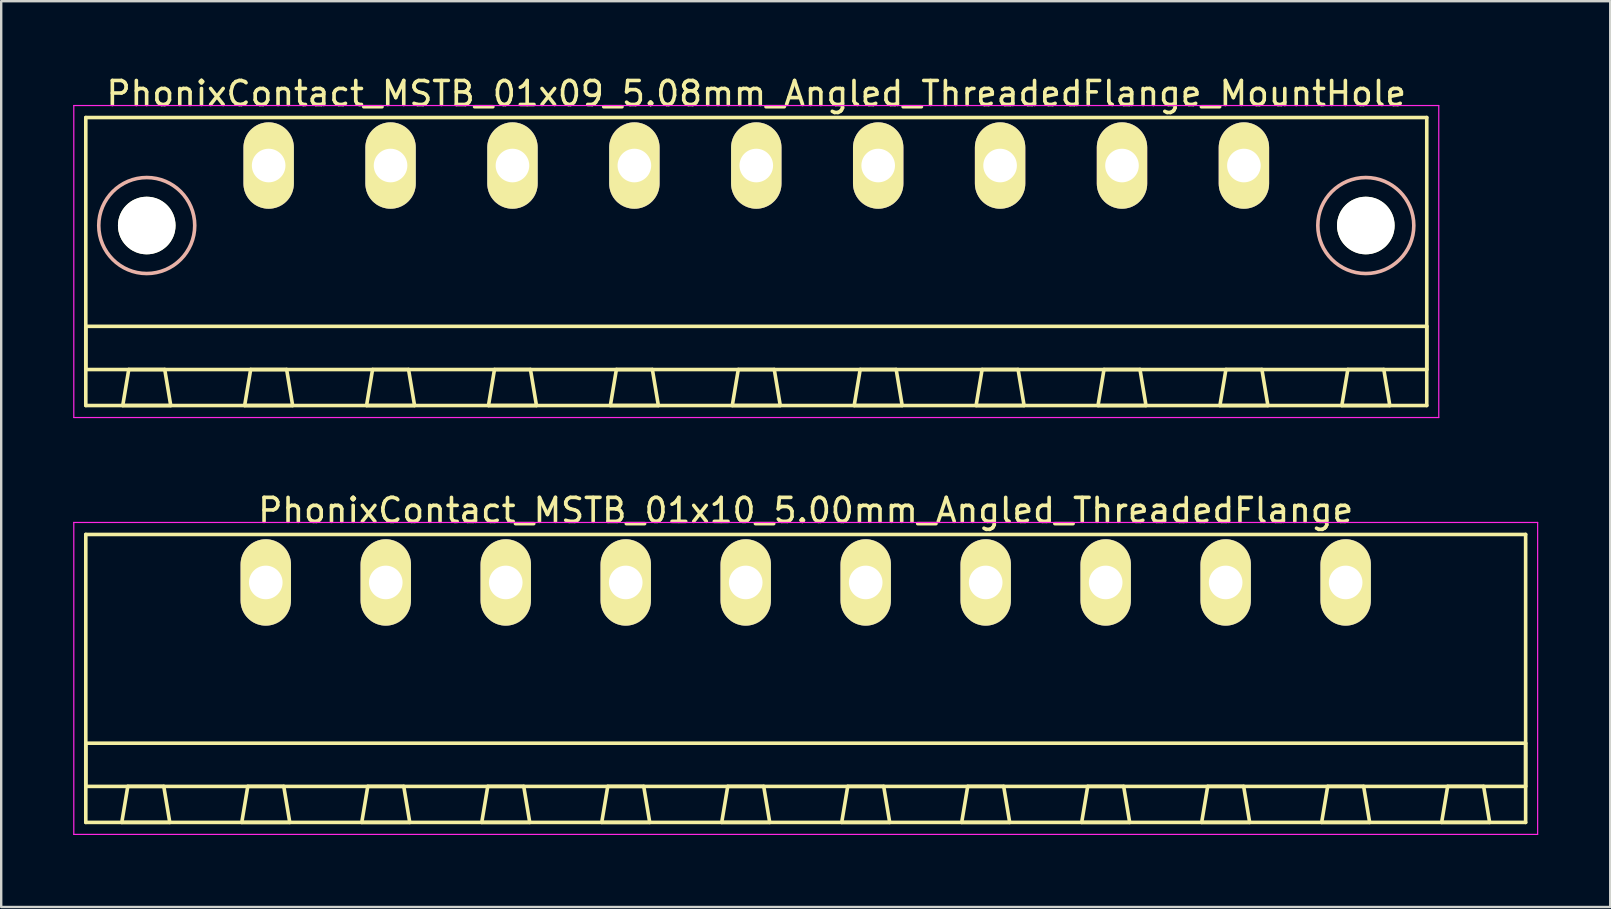
<source format=kicad_pcb>
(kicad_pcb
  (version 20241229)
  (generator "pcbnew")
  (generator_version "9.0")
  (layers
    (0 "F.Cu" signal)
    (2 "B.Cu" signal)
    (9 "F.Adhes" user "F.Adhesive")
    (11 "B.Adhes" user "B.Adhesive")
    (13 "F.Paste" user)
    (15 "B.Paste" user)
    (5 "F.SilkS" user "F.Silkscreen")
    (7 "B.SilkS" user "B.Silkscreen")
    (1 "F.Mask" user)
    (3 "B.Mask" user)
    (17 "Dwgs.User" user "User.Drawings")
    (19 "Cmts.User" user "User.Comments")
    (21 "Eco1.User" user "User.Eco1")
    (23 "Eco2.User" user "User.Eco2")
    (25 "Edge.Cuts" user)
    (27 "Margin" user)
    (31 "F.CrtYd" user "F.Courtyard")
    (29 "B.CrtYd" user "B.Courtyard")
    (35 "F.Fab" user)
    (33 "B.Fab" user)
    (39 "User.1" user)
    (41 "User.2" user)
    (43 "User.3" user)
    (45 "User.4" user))
  (footprint "PhonixContact_MSTB_01x09_5.08mm_Angled_ThreadedFlange_MountHole"
    (layer "F.Cu")
    (at 8.145 3.848)
    (property "Reference" "PhonixContact_MSTB_01x09_5.08mm_Angled_ThreadedFlange_MountHole" (at 20.32 -3 0) (layer "F.SilkS") (effects (font (size 1 1) (thickness 0.15))))
    (attr through_hole)
    (fp_line (start -7.62 -2) (end -7.62 10) (stroke (width 0.15) (type solid)) (layer "F.SilkS"))
    (fp_line (start -7.62 6.7) (end 48.26 6.7) (stroke (width 0.15) (type solid)) (layer "F.SilkS"))
    (fp_line (start -7.62 8.5) (end -7.62 6.7) (stroke (width 0.15) (type solid)) (layer "F.SilkS"))
    (fp_line (start -7.62 10) (end 48.26 10) (stroke (width 0.15) (type solid)) (layer "F.SilkS"))
    (fp_line (start -6.08 10) (end -4.08 10) (stroke (width 0.15) (type solid)) (layer "F.SilkS"))
    (fp_line (start -5.83 8.5) (end -6.08 10) (stroke (width 0.15) (type solid)) (layer "F.SilkS"))
    (fp_line (start -4.33 8.5) (end -5.83 8.5) (stroke (width 0.15) (type solid)) (layer "F.SilkS"))
    (fp_line (start -4.08 10) (end -4.33 8.5) (stroke (width 0.15) (type solid)) (layer "F.SilkS"))
    (fp_line (start -1 10) (end 1 10) (stroke (width 0.15) (type solid)) (layer "F.SilkS"))
    (fp_line (start -0.75 8.5) (end -1 10) (stroke (width 0.15) (type solid)) (layer "F.SilkS"))
    (fp_line (start 0.75 8.5) (end -0.75 8.5) (stroke (width 0.15) (type solid)) (layer "F.SilkS"))
    (fp_line (start 1 10) (end 0.75 8.5) (stroke (width 0.15) (type solid)) (layer "F.SilkS"))
    (fp_line (start 4.08 10) (end 6.08 10) (stroke (width 0.15) (type solid)) (layer "F.SilkS"))
    (fp_line (start 4.33 8.5) (end 4.08 10) (stroke (width 0.15) (type solid)) (layer "F.SilkS"))
    (fp_line (start 5.83 8.5) (end 4.33 8.5) (stroke (width 0.15) (type solid)) (layer "F.SilkS"))
    (fp_line (start 6.08 10) (end 5.83 8.5) (stroke (width 0.15) (type solid)) (layer "F.SilkS"))
    (fp_line (start 9.16 10) (end 11.16 10) (stroke (width 0.15) (type solid)) (layer "F.SilkS"))
    (fp_line (start 9.41 8.5) (end 9.16 10) (stroke (width 0.15) (type solid)) (layer "F.SilkS"))
    (fp_line (start 10.91 8.5) (end 9.41 8.5) (stroke (width 0.15) (type solid)) (layer "F.SilkS"))
    (fp_line (start 11.16 10) (end 10.91 8.5) (stroke (width 0.15) (type solid)) (layer "F.SilkS"))
    (fp_line (start 14.24 10) (end 16.24 10) (stroke (width 0.15) (type solid)) (layer "F.SilkS"))
    (fp_line (start 14.49 8.5) (end 14.24 10) (stroke (width 0.15) (type solid)) (layer "F.SilkS"))
    (fp_line (start 15.99 8.5) (end 14.49 8.5) (stroke (width 0.15) (type solid)) (layer "F.SilkS"))
    (fp_line (start 16.24 10) (end 15.99 8.5) (stroke (width 0.15) (type solid)) (layer "F.SilkS"))
    (fp_line (start 19.32 10) (end 21.32 10) (stroke (width 0.15) (type solid)) (layer "F.SilkS"))
    (fp_line (start 19.57 8.5) (end 19.32 10) (stroke (width 0.15) (type solid)) (layer "F.SilkS"))
    (fp_line (start 21.07 8.5) (end 19.57 8.5) (stroke (width 0.15) (type solid)) (layer "F.SilkS"))
    (fp_line (start 21.32 10) (end 21.07 8.5) (stroke (width 0.15) (type solid)) (layer "F.SilkS"))
    (fp_line (start 24.4 10) (end 26.4 10) (stroke (width 0.15) (type solid)) (layer "F.SilkS"))
    (fp_line (start 24.65 8.5) (end 24.4 10) (stroke (width 0.15) (type solid)) (layer "F.SilkS"))
    (fp_line (start 26.15 8.5) (end 24.65 8.5) (stroke (width 0.15) (type solid)) (layer "F.SilkS"))
    (fp_line (start 26.4 10) (end 26.15 8.5) (stroke (width 0.15) (type solid)) (layer "F.SilkS"))
    (fp_line (start 29.48 10) (end 31.48 10) (stroke (width 0.15) (type solid)) (layer "F.SilkS"))
    (fp_line (start 29.73 8.5) (end 29.48 10) (stroke (width 0.15) (type solid)) (layer "F.SilkS"))
    (fp_line (start 31.23 8.5) (end 29.73 8.5) (stroke (width 0.15) (type solid)) (layer "F.SilkS"))
    (fp_line (start 31.48 10) (end 31.23 8.5) (stroke (width 0.15) (type solid)) (layer "F.SilkS"))
    (fp_line (start 34.56 10) (end 36.56 10) (stroke (width 0.15) (type solid)) (layer "F.SilkS"))
    (fp_line (start 34.81 8.5) (end 34.56 10) (stroke (width 0.15) (type solid)) (layer "F.SilkS"))
    (fp_line (start 36.31 8.5) (end 34.81 8.5) (stroke (width 0.15) (type solid)) (layer "F.SilkS"))
    (fp_line (start 36.56 10) (end 36.31 8.5) (stroke (width 0.15) (type solid)) (layer "F.SilkS"))
    (fp_line (start 39.64 10) (end 41.64 10) (stroke (width 0.15) (type solid)) (layer "F.SilkS"))
    (fp_line (start 39.89 8.5) (end 39.64 10) (stroke (width 0.15) (type solid)) (layer "F.SilkS"))
    (fp_line (start 41.39 8.5) (end 39.89 8.5) (stroke (width 0.15) (type solid)) (layer "F.SilkS"))
    (fp_line (start 41.64 10) (end 41.39 8.5) (stroke (width 0.15) (type solid)) (layer "F.SilkS"))
    (fp_line (start 44.72 10) (end 46.72 10) (stroke (width 0.15) (type solid)) (layer "F.SilkS"))
    (fp_line (start 44.97 8.5) (end 44.72 10) (stroke (width 0.15) (type solid)) (layer "F.SilkS"))
    (fp_line (start 46.47 8.5) (end 44.97 8.5) (stroke (width 0.15) (type solid)) (layer "F.SilkS"))
    (fp_line (start 46.72 10) (end 46.47 8.5) (stroke (width 0.15) (type solid)) (layer "F.SilkS"))
    (fp_line (start 48.26 -2) (end -7.62 -2) (stroke (width 0.15) (type solid)) (layer "F.SilkS"))
    (fp_line (start 48.26 6.7) (end 48.26 8.5) (stroke (width 0.15) (type solid)) (layer "F.SilkS"))
    (fp_line (start 48.26 8.5) (end -7.62 8.5) (stroke (width 0.15) (type solid)) (layer "F.SilkS"))
    (fp_line (start 48.26 10) (end 48.26 -2) (stroke (width 0.15) (type solid)) (layer "F.SilkS"))
    (fp_circle (center -5.08 2.5) (end -3.08 2.5) (stroke (width 0.15) (type solid)) (fill no) (layer "B.SilkS"))
    (fp_circle (center 45.72 2.5) (end 47.72 2.5) (stroke (width 0.15) (type solid)) (fill no) (layer "B.SilkS"))
    (fp_line (start -8.12 -2.5) (end -8.12 10.5) (stroke (width 0.05) (type solid)) (layer "F.CrtYd"))
    (fp_line (start -8.12 10.5) (end 48.76 10.5) (stroke (width 0.05) (type solid)) (layer "F.CrtYd"))
    (fp_line (start 48.76 -2.5) (end -8.12 -2.5) (stroke (width 0.05) (type solid)) (layer "F.CrtYd"))
    (fp_line (start 48.76 10.5) (end 48.76 -2.5) (stroke (width 0.05) (type solid)) (layer "F.CrtYd"))
    (pad "" np_thru_hole circle (at -5.08 2.5) (size 2.4 2.4) (drill 2.4) (layers "*.Cu" "*.Mask" "F.SilkS"))
    (pad "" np_thru_hole circle (at 45.72 2.5) (size 2.4 2.4) (drill 2.4) (layers "*.Cu" "*.Mask" "F.SilkS"))
    (pad "1" thru_hole oval (at 0 0) (size 2.1 3.6) (drill 1.4) (layers "*.Cu" "*.Mask" "F.SilkS"))
    (pad "2" thru_hole oval (at 5.08 0) (size 2.1 3.6) (drill 1.4) (layers "*.Cu" "*.Mask" "F.SilkS"))
    (pad "3" thru_hole oval (at 10.16 0) (size 2.1 3.6) (drill 1.4) (layers "*.Cu" "*.Mask" "F.SilkS"))
    (pad "4" thru_hole oval (at 15.24 0) (size 2.1 3.6) (drill 1.4) (layers "*.Cu" "*.Mask" "F.SilkS"))
    (pad "5" thru_hole oval (at 20.32 0) (size 2.1 3.6) (drill 1.4) (layers "*.Cu" "*.Mask" "F.SilkS"))
    (pad "6" thru_hole oval (at 25.4 0) (size 2.1 3.6) (drill 1.4) (layers "*.Cu" "*.Mask" "F.SilkS"))
    (pad "7" thru_hole oval (at 30.48 0) (size 2.1 3.6) (drill 1.4) (layers "*.Cu" "*.Mask" "F.SilkS"))
    (pad "8" thru_hole oval (at 35.56 0) (size 2.1 3.6) (drill 1.4) (layers "*.Cu" "*.Mask" "F.SilkS"))
    (pad "9" thru_hole oval (at 40.64 0) (size 2.1 3.6) (drill 1.4) (layers "*.Cu" "*.Mask" "F.SilkS")))
  (footprint "PhonixContact_MSTB_01x10_5.00mm_Angled_ThreadedFlange"
    (layer "F.Cu")
    (at 8.025 21.221)
    (property "Reference" "PhonixContact_MSTB_01x10_5.00mm_Angled_ThreadedFlange" (at 22.5 -3 0) (layer "F.SilkS") (effects (font (size 1 1) (thickness 0.15))))
    (attr through_hole)
    (fp_line (start -7.5 -2) (end -7.5 10) (stroke (width 0.15) (type solid)) (layer "F.SilkS"))
    (fp_line (start -7.5 6.7) (end 52.5 6.7) (stroke (width 0.15) (type solid)) (layer "F.SilkS"))
    (fp_line (start -7.5 8.5) (end -7.5 6.7) (stroke (width 0.15) (type solid)) (layer "F.SilkS"))
    (fp_line (start -7.5 10) (end 52.5 10) (stroke (width 0.15) (type solid)) (layer "F.SilkS"))
    (fp_line (start -6 10) (end -4 10) (stroke (width 0.15) (type solid)) (layer "F.SilkS"))
    (fp_line (start -5.75 8.5) (end -6 10) (stroke (width 0.15) (type solid)) (layer "F.SilkS"))
    (fp_line (start -4.25 8.5) (end -5.75 8.5) (stroke (width 0.15) (type solid)) (layer "F.SilkS"))
    (fp_line (start -4 10) (end -4.25 8.5) (stroke (width 0.15) (type solid)) (layer "F.SilkS"))
    (fp_line (start -1 10) (end 1 10) (stroke (width 0.15) (type solid)) (layer "F.SilkS"))
    (fp_line (start -0.75 8.5) (end -1 10) (stroke (width 0.15) (type solid)) (layer "F.SilkS"))
    (fp_line (start 0.75 8.5) (end -0.75 8.5) (stroke (width 0.15) (type solid)) (layer "F.SilkS"))
    (fp_line (start 1 10) (end 0.75 8.5) (stroke (width 0.15) (type solid)) (layer "F.SilkS"))
    (fp_line (start 4 10) (end 6 10) (stroke (width 0.15) (type solid)) (layer "F.SilkS"))
    (fp_line (start 4.25 8.5) (end 4 10) (stroke (width 0.15) (type solid)) (layer "F.SilkS"))
    (fp_line (start 5.75 8.5) (end 4.25 8.5) (stroke (width 0.15) (type solid)) (layer "F.SilkS"))
    (fp_line (start 6 10) (end 5.75 8.5) (stroke (width 0.15) (type solid)) (layer "F.SilkS"))
    (fp_line (start 9 10) (end 11 10) (stroke (width 0.15) (type solid)) (layer "F.SilkS"))
    (fp_line (start 9.25 8.5) (end 9 10) (stroke (width 0.15) (type solid)) (layer "F.SilkS"))
    (fp_line (start 10.75 8.5) (end 9.25 8.5) (stroke (width 0.15) (type solid)) (layer "F.SilkS"))
    (fp_line (start 11 10) (end 10.75 8.5) (stroke (width 0.15) (type solid)) (layer "F.SilkS"))
    (fp_line (start 14 10) (end 16 10) (stroke (width 0.15) (type solid)) (layer "F.SilkS"))
    (fp_line (start 14.25 8.5) (end 14 10) (stroke (width 0.15) (type solid)) (layer "F.SilkS"))
    (fp_line (start 15.75 8.5) (end 14.25 8.5) (stroke (width 0.15) (type solid)) (layer "F.SilkS"))
    (fp_line (start 16 10) (end 15.75 8.5) (stroke (width 0.15) (type solid)) (layer "F.SilkS"))
    (fp_line (start 19 10) (end 21 10) (stroke (width 0.15) (type solid)) (layer "F.SilkS"))
    (fp_line (start 19.25 8.5) (end 19 10) (stroke (width 0.15) (type solid)) (layer "F.SilkS"))
    (fp_line (start 20.75 8.5) (end 19.25 8.5) (stroke (width 0.15) (type solid)) (layer "F.SilkS"))
    (fp_line (start 21 10) (end 20.75 8.5) (stroke (width 0.15) (type solid)) (layer "F.SilkS"))
    (fp_line (start 24 10) (end 26 10) (stroke (width 0.15) (type solid)) (layer "F.SilkS"))
    (fp_line (start 24.25 8.5) (end 24 10) (stroke (width 0.15) (type solid)) (layer "F.SilkS"))
    (fp_line (start 25.75 8.5) (end 24.25 8.5) (stroke (width 0.15) (type solid)) (layer "F.SilkS"))
    (fp_line (start 26 10) (end 25.75 8.5) (stroke (width 0.15) (type solid)) (layer "F.SilkS"))
    (fp_line (start 29 10) (end 31 10) (stroke (width 0.15) (type solid)) (layer "F.SilkS"))
    (fp_line (start 29.25 8.5) (end 29 10) (stroke (width 0.15) (type solid)) (layer "F.SilkS"))
    (fp_line (start 30.75 8.5) (end 29.25 8.5) (stroke (width 0.15) (type solid)) (layer "F.SilkS"))
    (fp_line (start 31 10) (end 30.75 8.5) (stroke (width 0.15) (type solid)) (layer "F.SilkS"))
    (fp_line (start 34 10) (end 36 10) (stroke (width 0.15) (type solid)) (layer "F.SilkS"))
    (fp_line (start 34.25 8.5) (end 34 10) (stroke (width 0.15) (type solid)) (layer "F.SilkS"))
    (fp_line (start 35.75 8.5) (end 34.25 8.5) (stroke (width 0.15) (type solid)) (layer "F.SilkS"))
    (fp_line (start 36 10) (end 35.75 8.5) (stroke (width 0.15) (type solid)) (layer "F.SilkS"))
    (fp_line (start 39 10) (end 41 10) (stroke (width 0.15) (type solid)) (layer "F.SilkS"))
    (fp_line (start 39.25 8.5) (end 39 10) (stroke (width 0.15) (type solid)) (layer "F.SilkS"))
    (fp_line (start 40.75 8.5) (end 39.25 8.5) (stroke (width 0.15) (type solid)) (layer "F.SilkS"))
    (fp_line (start 41 10) (end 40.75 8.5) (stroke (width 0.15) (type solid)) (layer "F.SilkS"))
    (fp_line (start 44 10) (end 46 10) (stroke (width 0.15) (type solid)) (layer "F.SilkS"))
    (fp_line (start 44.25 8.5) (end 44 10) (stroke (width 0.15) (type solid)) (layer "F.SilkS"))
    (fp_line (start 45.75 8.5) (end 44.25 8.5) (stroke (width 0.15) (type solid)) (layer "F.SilkS"))
    (fp_line (start 46 10) (end 45.75 8.5) (stroke (width 0.15) (type solid)) (layer "F.SilkS"))
    (fp_line (start 49 10) (end 51 10) (stroke (width 0.15) (type solid)) (layer "F.SilkS"))
    (fp_line (start 49.25 8.5) (end 49 10) (stroke (width 0.15) (type solid)) (layer "F.SilkS"))
    (fp_line (start 50.75 8.5) (end 49.25 8.5) (stroke (width 0.15) (type solid)) (layer "F.SilkS"))
    (fp_line (start 51 10) (end 50.75 8.5) (stroke (width 0.15) (type solid)) (layer "F.SilkS"))
    (fp_line (start 52.5 -2) (end -7.5 -2) (stroke (width 0.15) (type solid)) (layer "F.SilkS"))
    (fp_line (start 52.5 6.7) (end 52.5 8.5) (stroke (width 0.15) (type solid)) (layer "F.SilkS"))
    (fp_line (start 52.5 8.5) (end -7.5 8.5) (stroke (width 0.15) (type solid)) (layer "F.SilkS"))
    (fp_line (start 52.5 10) (end 52.5 -2) (stroke (width 0.15) (type solid)) (layer "F.SilkS"))
    (fp_line (start -8 -2.5) (end -8 10.5) (stroke (width 0.05) (type solid)) (layer "F.CrtYd"))
    (fp_line (start -8 10.5) (end 53 10.5) (stroke (width 0.05) (type solid)) (layer "F.CrtYd"))
    (fp_line (start 53 -2.5) (end -8 -2.5) (stroke (width 0.05) (type solid)) (layer "F.CrtYd"))
    (fp_line (start 53 10.5) (end 53 -2.5) (stroke (width 0.05) (type solid)) (layer "F.CrtYd"))
    (pad "1" thru_hole oval (at 0 0) (size 2.1 3.6) (drill 1.4) (layers "*.Cu" "*.Mask" "F.SilkS"))
    (pad "2" thru_hole oval (at 5 0) (size 2.1 3.6) (drill 1.4) (layers "*.Cu" "*.Mask" "F.SilkS"))
    (pad "3" thru_hole oval (at 10 0) (size 2.1 3.6) (drill 1.4) (layers "*.Cu" "*.Mask" "F.SilkS"))
    (pad "4" thru_hole oval (at 15 0) (size 2.1 3.6) (drill 1.4) (layers "*.Cu" "*.Mask" "F.SilkS"))
    (pad "5" thru_hole oval (at 20 0) (size 2.1 3.6) (drill 1.4) (layers "*.Cu" "*.Mask" "F.SilkS"))
    (pad "6" thru_hole oval (at 25 0) (size 2.1 3.6) (drill 1.4) (layers "*.Cu" "*.Mask" "F.SilkS"))
    (pad "7" thru_hole oval (at 30 0) (size 2.1 3.6) (drill 1.4) (layers "*.Cu" "*.Mask" "F.SilkS"))
    (pad "8" thru_hole oval (at 35 0) (size 2.1 3.6) (drill 1.4) (layers "*.Cu" "*.Mask" "F.SilkS"))
    (pad "9" thru_hole oval (at 40 0) (size 2.1 3.6) (drill 1.4) (layers "*.Cu" "*.Mask" "F.SilkS"))
    (pad "10" thru_hole oval (at 45 0) (size 2.1 3.6) (drill 1.4) (layers "*.Cu" "*.Mask" "F.SilkS")))
  (gr_rect
    (start -3 -3)
    (end 64.05 34.746)
    (stroke (width 0.1) (type default))
    (fill no)
    (layer "Edge.Cuts")))
</source>
